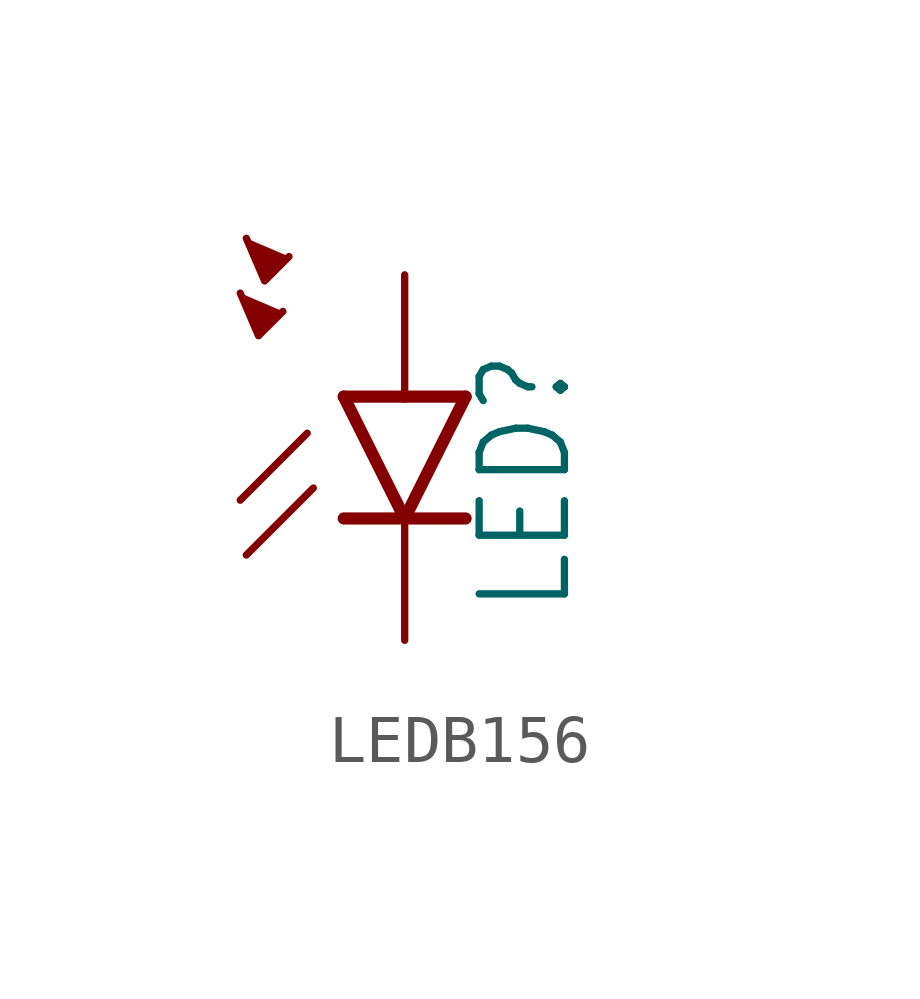
<source format=kicad_sym>
(kicad_symbol_lib
  (version 20241209)
  (generator "kicad_symbol_editor")
  (generator_version "9.0")
  (symbol "LEDB156"
    (property "Reference" "LED"
      (at 3.556 -4.572 90)
      (effects (font (size 1.778 1.511)) (justify left bottom)))
    (property "Value" ""
      (at 5.715 -4.572 90)
      (effects (font (size 1.778 1.511)) (justify left bottom)))
    (property "ki_locked" ""
      (at 0 0 0)
      (effects (font (size 1.27 1.27))))
    (symbol "LEDB156_1_0"
      (polyline (pts (xy -3.429 2.159) (xy -3.048 1.27) (xy -2.54 1.778)) (stroke (width 0.152) (type solid)) (fill (type outline)))
      (polyline (pts (xy -3.302 3.302) (xy -2.921 2.413) (xy -2.413 2.921)) (stroke (width 0.152) (type solid)) (fill (type outline)))
      (polyline (pts (xy -2.032 -0.762) (xy -3.429 -2.159)) (stroke (width 0.152) (type solid)) (fill (type none)))
      (polyline (pts (xy -1.905 -1.905) (xy -3.302 -3.302)) (stroke (width 0.152) (type solid)) (fill (type none)))
      (polyline (pts (xy 0 0) (xy -1.27 0)) (stroke (width 0.254) (type solid)) (fill (type none)))
      (polyline (pts (xy 0 -2.54) (xy -1.27 0)) (stroke (width 0.254) (type solid)) (fill (type none)))
      (polyline (pts (xy 0 -2.54) (xy -1.27 -2.54)) (stroke (width 0.254) (type solid)) (fill (type none)))
      (polyline (pts (xy 1.27 0) (xy 0 0)) (stroke (width 0.254) (type solid)) (fill (type none)))
      (polyline (pts (xy 1.27 0) (xy 0 -2.54)) (stroke (width 0.254) (type solid)) (fill (type none)))
      (polyline (pts (xy 1.27 -2.54) (xy 0 -2.54)) (stroke (width 0.254) (type solid)) (fill (type none)))
      (pin passive line (at 0 2.54 270) (length 2.54) (name "A" (effects (font (size 0 0)))) (number "A" (effects (font (size 0 0)))))
      (pin passive line (at 0 -5.08 90) (length 2.54) (name "C" (effects (font (size 0 0)))) (number "K" (effects (font (size 0 0))))))))
</source>
